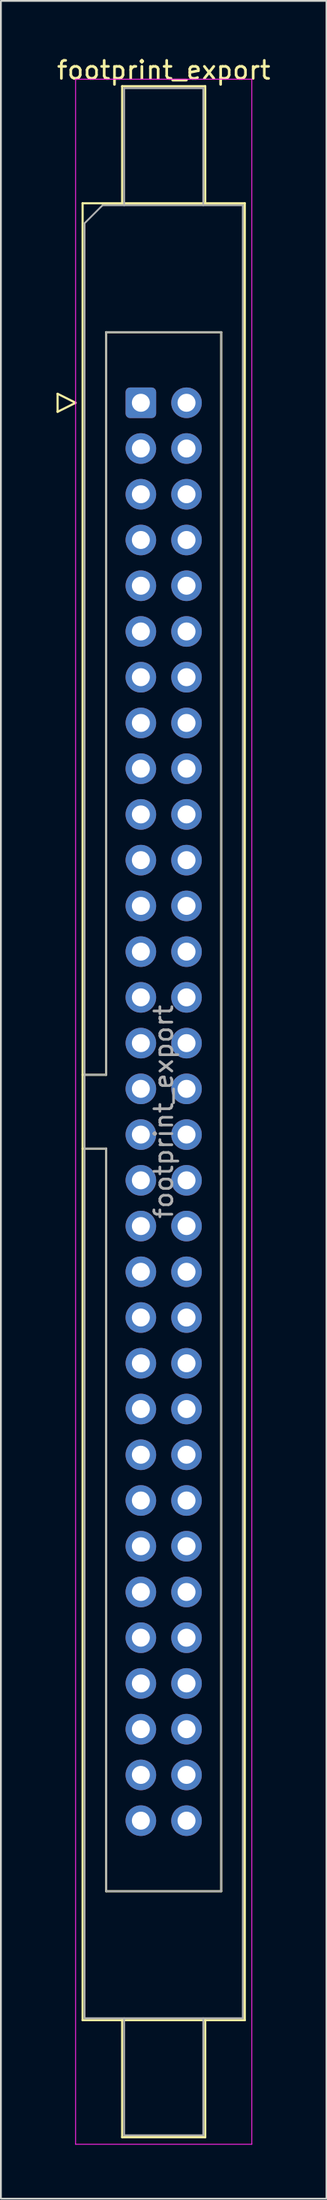
<source format=kicad_pcb>
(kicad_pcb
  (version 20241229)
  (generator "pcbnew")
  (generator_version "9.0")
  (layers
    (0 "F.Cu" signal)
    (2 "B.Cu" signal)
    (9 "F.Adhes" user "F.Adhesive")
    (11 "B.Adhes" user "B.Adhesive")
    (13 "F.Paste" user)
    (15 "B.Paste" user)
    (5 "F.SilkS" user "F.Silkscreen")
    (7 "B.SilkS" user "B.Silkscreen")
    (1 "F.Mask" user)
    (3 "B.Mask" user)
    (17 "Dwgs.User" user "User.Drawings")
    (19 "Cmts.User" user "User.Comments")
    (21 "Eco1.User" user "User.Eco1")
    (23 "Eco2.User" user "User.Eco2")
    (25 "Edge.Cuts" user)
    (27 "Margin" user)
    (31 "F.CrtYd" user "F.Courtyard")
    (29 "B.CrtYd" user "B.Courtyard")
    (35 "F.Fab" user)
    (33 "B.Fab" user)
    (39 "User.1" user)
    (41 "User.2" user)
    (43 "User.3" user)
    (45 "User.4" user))
  (footprint "footprint_export"
    (layer "F.Cu")
    (at 4.784 19.318)
    (property "Reference" "footprint_export" (at 1.27 -18.47 0) (layer "F.SilkS") (effects (font (size 1 1) (thickness 0.15))))
    (attr through_hole)
    (fp_line (start -4.63 -0.5) (end -4.63 0.5) (stroke (width 0.12) (type solid)) (layer "F.SilkS"))
    (fp_line (start -4.63 0.5) (end -3.63 0) (stroke (width 0.12) (type solid)) (layer "F.SilkS"))
    (fp_line (start -3.63 0) (end -4.63 -0.5) (stroke (width 0.12) (type solid)) (layer "F.SilkS"))
    (fp_line (start -3.24 -11.08) (end 5.78 -11.08) (stroke (width 0.12) (type solid)) (layer "F.SilkS"))
    (fp_line (start -3.24 37.32) (end -1.93 37.32) (stroke (width 0.12) (type solid)) (layer "F.SilkS"))
    (fp_line (start -3.24 89.82) (end -3.24 -11.08) (stroke (width 0.12) (type solid)) (layer "F.SilkS"))
    (fp_line (start -1.93 -3.92) (end 4.47 -3.92) (stroke (width 0.12) (type solid)) (layer "F.SilkS"))
    (fp_line (start -1.93 37.32) (end -1.93 -3.92) (stroke (width 0.12) (type solid)) (layer "F.SilkS"))
    (fp_line (start -1.93 41.42) (end -3.24 41.42) (stroke (width 0.12) (type solid)) (layer "F.SilkS"))
    (fp_line (start -1.93 41.42) (end -1.93 41.42) (stroke (width 0.12) (type solid)) (layer "F.SilkS"))
    (fp_line (start -1.93 82.66) (end -1.93 41.42) (stroke (width 0.12) (type solid)) (layer "F.SilkS"))
    (fp_line (start -1.04 -17.58) (end 3.58 -17.58) (stroke (width 0.12) (type solid)) (layer "F.SilkS"))
    (fp_line (start -1.04 -11.08) (end -1.04 -17.58) (stroke (width 0.12) (type solid)) (layer "F.SilkS"))
    (fp_line (start -1.04 89.82) (end -1.04 96.32) (stroke (width 0.12) (type solid)) (layer "F.SilkS"))
    (fp_line (start -1.04 96.32) (end 3.58 96.32) (stroke (width 0.12) (type solid)) (layer "F.SilkS"))
    (fp_line (start 3.58 -17.58) (end 3.58 -11.08) (stroke (width 0.12) (type solid)) (layer "F.SilkS"))
    (fp_line (start 3.58 96.32) (end 3.58 89.82) (stroke (width 0.12) (type solid)) (layer "F.SilkS"))
    (fp_line (start 4.47 -3.92) (end 4.47 82.66) (stroke (width 0.12) (type solid)) (layer "F.SilkS"))
    (fp_line (start 4.47 82.66) (end -1.93 82.66) (stroke (width 0.12) (type solid)) (layer "F.SilkS"))
    (fp_line (start 5.78 -11.08) (end 5.78 89.82) (stroke (width 0.12) (type solid)) (layer "F.SilkS"))
    (fp_line (start 5.78 89.82) (end -3.24 89.82) (stroke (width 0.12) (type solid)) (layer "F.SilkS"))
    (fp_line (start -3.63 -17.97) (end -3.63 96.71) (stroke (width 0.05) (type solid)) (layer "F.CrtYd"))
    (fp_line (start -3.63 96.71) (end 6.17 96.71) (stroke (width 0.05) (type solid)) (layer "F.CrtYd"))
    (fp_line (start 6.17 -17.97) (end -3.63 -17.97) (stroke (width 0.05) (type solid)) (layer "F.CrtYd"))
    (fp_line (start 6.17 96.71) (end 6.17 -17.97) (stroke (width 0.05) (type solid)) (layer "F.CrtYd"))
    (fp_line (start -3.13 -9.97) (end -2.13 -10.97) (stroke (width 0.1) (type solid)) (layer "F.Fab"))
    (fp_line (start -3.13 37.32) (end -1.93 37.32) (stroke (width 0.1) (type solid)) (layer "F.Fab"))
    (fp_line (start -3.13 89.71) (end -3.13 -9.97) (stroke (width 0.1) (type solid)) (layer "F.Fab"))
    (fp_line (start -2.13 -10.97) (end 5.67 -10.97) (stroke (width 0.1) (type solid)) (layer "F.Fab"))
    (fp_line (start -1.93 -3.92) (end 4.47 -3.92) (stroke (width 0.1) (type solid)) (layer "F.Fab"))
    (fp_line (start -1.93 37.32) (end -1.93 -3.92) (stroke (width 0.1) (type solid)) (layer "F.Fab"))
    (fp_line (start -1.93 41.42) (end -3.13 41.42) (stroke (width 0.1) (type solid)) (layer "F.Fab"))
    (fp_line (start -1.93 41.42) (end -1.93 41.42) (stroke (width 0.1) (type solid)) (layer "F.Fab"))
    (fp_line (start -1.93 82.66) (end -1.93 41.42) (stroke (width 0.1) (type solid)) (layer "F.Fab"))
    (fp_line (start -0.93 -17.47) (end 3.47 -17.47) (stroke (width 0.1) (type solid)) (layer "F.Fab"))
    (fp_line (start -0.93 -10.97) (end -0.93 -17.47) (stroke (width 0.1) (type solid)) (layer "F.Fab"))
    (fp_line (start -0.93 89.71) (end -0.93 96.21) (stroke (width 0.1) (type solid)) (layer "F.Fab"))
    (fp_line (start -0.93 96.21) (end 3.47 96.21) (stroke (width 0.1) (type solid)) (layer "F.Fab"))
    (fp_line (start 3.47 -17.47) (end 3.47 -10.97) (stroke (width 0.1) (type solid)) (layer "F.Fab"))
    (fp_line (start 3.47 96.21) (end 3.47 89.71) (stroke (width 0.1) (type solid)) (layer "F.Fab"))
    (fp_line (start 4.47 -3.92) (end 4.47 82.66) (stroke (width 0.1) (type solid)) (layer "F.Fab"))
    (fp_line (start 4.47 82.66) (end -1.93 82.66) (stroke (width 0.1) (type solid)) (layer "F.Fab"))
    (fp_line (start 5.67 -10.97) (end 5.67 89.71) (stroke (width 0.1) (type solid)) (layer "F.Fab"))
    (fp_line (start 5.67 89.71) (end -3.13 89.71) (stroke (width 0.1) (type solid)) (layer "F.Fab"))
    (fp_text user "${REFERENCE}" (at 1.27 39.37 90) (layer "F.Fab") (effects (font (size 1 1) (thickness 0.15))))
    (pad "1" thru_hole roundrect (at 0 0) (size 1.7 1.7) (drill 1) (layers "*.Cu" "*.Mask") (roundrect_rratio 0.147))
    (pad "2" thru_hole circle (at 2.54 0) (size 1.7 1.7) (drill 1) (layers "*.Cu" "*.Mask"))
    (pad "3" thru_hole circle (at 0 2.54) (size 1.7 1.7) (drill 1) (layers "*.Cu" "*.Mask"))
    (pad "4" thru_hole circle (at 2.54 2.54) (size 1.7 1.7) (drill 1) (layers "*.Cu" "*.Mask"))
    (pad "5" thru_hole circle (at 0 5.08) (size 1.7 1.7) (drill 1) (layers "*.Cu" "*.Mask"))
    (pad "6" thru_hole circle (at 2.54 5.08) (size 1.7 1.7) (drill 1) (layers "*.Cu" "*.Mask"))
    (pad "7" thru_hole circle (at 0 7.62) (size 1.7 1.7) (drill 1) (layers "*.Cu" "*.Mask"))
    (pad "8" thru_hole circle (at 2.54 7.62) (size 1.7 1.7) (drill 1) (layers "*.Cu" "*.Mask"))
    (pad "9" thru_hole circle (at 0 10.16) (size 1.7 1.7) (drill 1) (layers "*.Cu" "*.Mask"))
    (pad "10" thru_hole circle (at 2.54 10.16) (size 1.7 1.7) (drill 1) (layers "*.Cu" "*.Mask"))
    (pad "11" thru_hole circle (at 0 12.7) (size 1.7 1.7) (drill 1) (layers "*.Cu" "*.Mask"))
    (pad "12" thru_hole circle (at 2.54 12.7) (size 1.7 1.7) (drill 1) (layers "*.Cu" "*.Mask"))
    (pad "13" thru_hole circle (at 0 15.24) (size 1.7 1.7) (drill 1) (layers "*.Cu" "*.Mask"))
    (pad "14" thru_hole circle (at 2.54 15.24) (size 1.7 1.7) (drill 1) (layers "*.Cu" "*.Mask"))
    (pad "15" thru_hole circle (at 0 17.78) (size 1.7 1.7) (drill 1) (layers "*.Cu" "*.Mask"))
    (pad "16" thru_hole circle (at 2.54 17.78) (size 1.7 1.7) (drill 1) (layers "*.Cu" "*.Mask"))
    (pad "17" thru_hole circle (at 0 20.32) (size 1.7 1.7) (drill 1) (layers "*.Cu" "*.Mask"))
    (pad "18" thru_hole circle (at 2.54 20.32) (size 1.7 1.7) (drill 1) (layers "*.Cu" "*.Mask"))
    (pad "19" thru_hole circle (at 0 22.86) (size 1.7 1.7) (drill 1) (layers "*.Cu" "*.Mask"))
    (pad "20" thru_hole circle (at 2.54 22.86) (size 1.7 1.7) (drill 1) (layers "*.Cu" "*.Mask"))
    (pad "21" thru_hole circle (at 0 25.4) (size 1.7 1.7) (drill 1) (layers "*.Cu" "*.Mask"))
    (pad "22" thru_hole circle (at 2.54 25.4) (size 1.7 1.7) (drill 1) (layers "*.Cu" "*.Mask"))
    (pad "23" thru_hole circle (at 0 27.94) (size 1.7 1.7) (drill 1) (layers "*.Cu" "*.Mask"))
    (pad "24" thru_hole circle (at 2.54 27.94) (size 1.7 1.7) (drill 1) (layers "*.Cu" "*.Mask"))
    (pad "25" thru_hole circle (at 0 30.48) (size 1.7 1.7) (drill 1) (layers "*.Cu" "*.Mask"))
    (pad "26" thru_hole circle (at 2.54 30.48) (size 1.7 1.7) (drill 1) (layers "*.Cu" "*.Mask"))
    (pad "27" thru_hole circle (at 0 33.02) (size 1.7 1.7) (drill 1) (layers "*.Cu" "*.Mask"))
    (pad "28" thru_hole circle (at 2.54 33.02) (size 1.7 1.7) (drill 1) (layers "*.Cu" "*.Mask"))
    (pad "29" thru_hole circle (at 0 35.56) (size 1.7 1.7) (drill 1) (layers "*.Cu" "*.Mask"))
    (pad "30" thru_hole circle (at 2.54 35.56) (size 1.7 1.7) (drill 1) (layers "*.Cu" "*.Mask"))
    (pad "31" thru_hole circle (at 0 38.1) (size 1.7 1.7) (drill 1) (layers "*.Cu" "*.Mask"))
    (pad "32" thru_hole circle (at 2.54 38.1) (size 1.7 1.7) (drill 1) (layers "*.Cu" "*.Mask"))
    (pad "33" thru_hole circle (at 0 40.64) (size 1.7 1.7) (drill 1) (layers "*.Cu" "*.Mask"))
    (pad "34" thru_hole circle (at 2.54 40.64) (size 1.7 1.7) (drill 1) (layers "*.Cu" "*.Mask"))
    (pad "35" thru_hole circle (at 0 43.18) (size 1.7 1.7) (drill 1) (layers "*.Cu" "*.Mask"))
    (pad "36" thru_hole circle (at 2.54 43.18) (size 1.7 1.7) (drill 1) (layers "*.Cu" "*.Mask"))
    (pad "37" thru_hole circle (at 0 45.72) (size 1.7 1.7) (drill 1) (layers "*.Cu" "*.Mask"))
    (pad "38" thru_hole circle (at 2.54 45.72) (size 1.7 1.7) (drill 1) (layers "*.Cu" "*.Mask"))
    (pad "39" thru_hole circle (at 0 48.26) (size 1.7 1.7) (drill 1) (layers "*.Cu" "*.Mask"))
    (pad "40" thru_hole circle (at 2.54 48.26) (size 1.7 1.7) (drill 1) (layers "*.Cu" "*.Mask"))
    (pad "41" thru_hole circle (at 0 50.8) (size 1.7 1.7) (drill 1) (layers "*.Cu" "*.Mask"))
    (pad "42" thru_hole circle (at 2.54 50.8) (size 1.7 1.7) (drill 1) (layers "*.Cu" "*.Mask"))
    (pad "43" thru_hole circle (at 0 53.34) (size 1.7 1.7) (drill 1) (layers "*.Cu" "*.Mask"))
    (pad "44" thru_hole circle (at 2.54 53.34) (size 1.7 1.7) (drill 1) (layers "*.Cu" "*.Mask"))
    (pad "45" thru_hole circle (at 0 55.88) (size 1.7 1.7) (drill 1) (layers "*.Cu" "*.Mask"))
    (pad "46" thru_hole circle (at 2.54 55.88) (size 1.7 1.7) (drill 1) (layers "*.Cu" "*.Mask"))
    (pad "47" thru_hole circle (at 0 58.42) (size 1.7 1.7) (drill 1) (layers "*.Cu" "*.Mask"))
    (pad "48" thru_hole circle (at 2.54 58.42) (size 1.7 1.7) (drill 1) (layers "*.Cu" "*.Mask"))
    (pad "49" thru_hole circle (at 0 60.96) (size 1.7 1.7) (drill 1) (layers "*.Cu" "*.Mask"))
    (pad "50" thru_hole circle (at 2.54 60.96) (size 1.7 1.7) (drill 1) (layers "*.Cu" "*.Mask"))
    (pad "51" thru_hole circle (at 0 63.5) (size 1.7 1.7) (drill 1) (layers "*.Cu" "*.Mask"))
    (pad "52" thru_hole circle (at 2.54 63.5) (size 1.7 1.7) (drill 1) (layers "*.Cu" "*.Mask"))
    (pad "53" thru_hole circle (at 0 66.04) (size 1.7 1.7) (drill 1) (layers "*.Cu" "*.Mask"))
    (pad "54" thru_hole circle (at 2.54 66.04) (size 1.7 1.7) (drill 1) (layers "*.Cu" "*.Mask"))
    (pad "55" thru_hole circle (at 0 68.58) (size 1.7 1.7) (drill 1) (layers "*.Cu" "*.Mask"))
    (pad "56" thru_hole circle (at 2.54 68.58) (size 1.7 1.7) (drill 1) (layers "*.Cu" "*.Mask"))
    (pad "57" thru_hole circle (at 0 71.12) (size 1.7 1.7) (drill 1) (layers "*.Cu" "*.Mask"))
    (pad "58" thru_hole circle (at 2.54 71.12) (size 1.7 1.7) (drill 1) (layers "*.Cu" "*.Mask"))
    (pad "59" thru_hole circle (at 0 73.66) (size 1.7 1.7) (drill 1) (layers "*.Cu" "*.Mask"))
    (pad "60" thru_hole circle (at 2.54 73.66) (size 1.7 1.7) (drill 1) (layers "*.Cu" "*.Mask"))
    (pad "61" thru_hole circle (at 0 76.2) (size 1.7 1.7) (drill 1) (layers "*.Cu" "*.Mask"))
    (pad "62" thru_hole circle (at 2.54 76.2) (size 1.7 1.7) (drill 1) (layers "*.Cu" "*.Mask"))
    (pad "63" thru_hole circle (at 0 78.74) (size 1.7 1.7) (drill 1) (layers "*.Cu" "*.Mask"))
    (pad "64" thru_hole circle (at 2.54 78.74) (size 1.7 1.7) (drill 1) (layers "*.Cu" "*.Mask")))
  (gr_rect
    (start -3 -3)
    (end 15.107 119.053)
    (stroke (width 0.1) (type default))
    (fill no)
    (layer "Edge.Cuts")))
</source>
